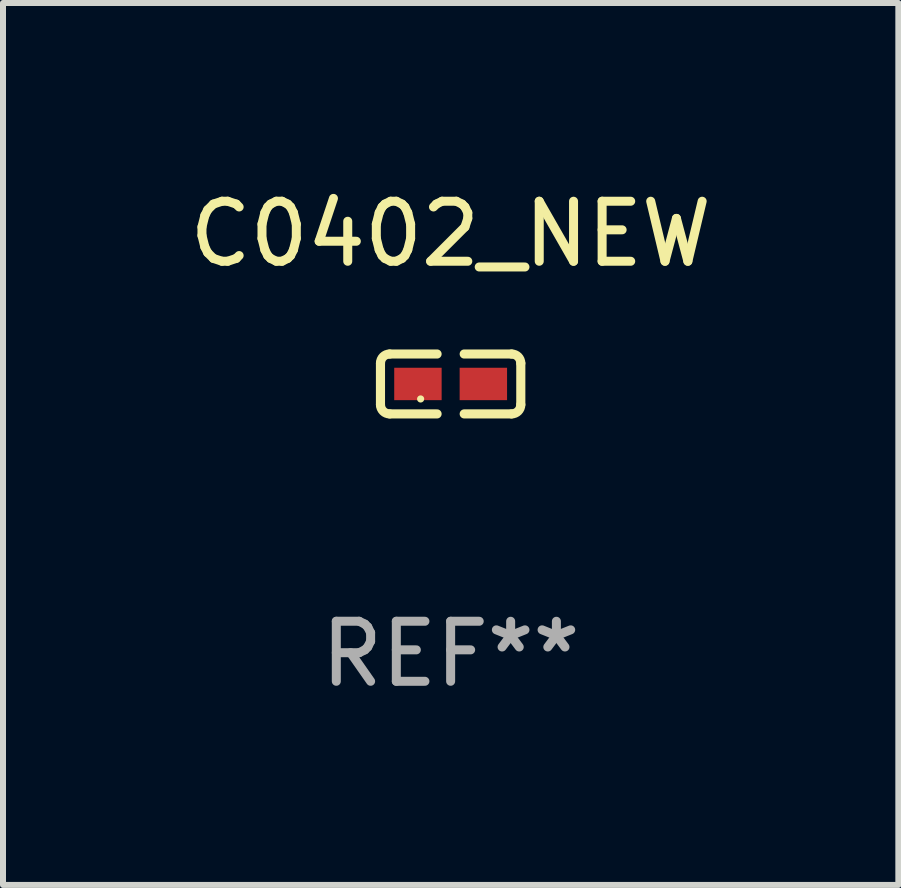
<source format=kicad_pcb>
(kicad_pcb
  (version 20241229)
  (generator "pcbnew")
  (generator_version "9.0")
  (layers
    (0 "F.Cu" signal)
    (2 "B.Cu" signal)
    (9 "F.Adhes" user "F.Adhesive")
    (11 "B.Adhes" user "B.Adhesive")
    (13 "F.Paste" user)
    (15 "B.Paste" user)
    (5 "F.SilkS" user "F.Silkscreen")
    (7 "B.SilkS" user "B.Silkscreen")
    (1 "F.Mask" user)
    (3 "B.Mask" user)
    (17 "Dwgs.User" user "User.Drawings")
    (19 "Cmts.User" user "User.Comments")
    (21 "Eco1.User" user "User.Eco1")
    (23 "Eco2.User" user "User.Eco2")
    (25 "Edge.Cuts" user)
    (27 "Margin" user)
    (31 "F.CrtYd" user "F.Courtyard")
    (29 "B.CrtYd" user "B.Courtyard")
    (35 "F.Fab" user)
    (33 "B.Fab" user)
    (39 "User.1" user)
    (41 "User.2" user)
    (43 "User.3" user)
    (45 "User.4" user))
  (footprint "C0402_NEW"
    (layer "F.Cu")
    (at 4.458 3.347)
    (property "Reference" "C0402_NEW" (at 0 -2.499 0) (layer "F.SilkS") (effects (font (size 1 1) (thickness 0.15))))
    (attr through_hole)
    (fp_line (start -1.169 0.346) (end -1.169 -0.346) (stroke (width 0.152) (type solid)) (layer "F.SilkS"))
    (fp_line (start -1.016 -0.499) (end -0.226 -0.499) (stroke (width 0.152) (type solid)) (layer "F.SilkS"))
    (fp_line (start -0.226 0.499) (end -1.016 0.499) (stroke (width 0.152) (type solid)) (layer "F.SilkS"))
    (fp_line (start 0.226 0.499) (end 1.016 0.499) (stroke (width 0.152) (type solid)) (layer "F.SilkS"))
    (fp_line (start 1.016 -0.499) (end 0.226 -0.499) (stroke (width 0.152) (type solid)) (layer "F.SilkS"))
    (fp_line (start 1.169 0.346) (end 1.169 -0.346) (stroke (width 0.152) (type solid)) (layer "F.SilkS"))
    (fp_arc (start -1.168707 -0.346203) (mid -1.12407 -0.453966) (end -1.016307 -0.498603) (stroke (width 0.1524) (type solid)) (layer "F.SilkS"))
    (fp_arc (start -1.016307 0.498603) (mid -1.12407 0.453966) (end -1.168707 0.346203) (stroke (width 0.1524) (type solid)) (layer "F.SilkS"))
    (fp_arc (start 1.016307 -0.498603) (mid 1.12407 -0.453966) (end 1.168707 -0.346203) (stroke (width 0.1524) (type solid)) (layer "F.SilkS"))
    (fp_arc (start 1.168707 0.346203) (mid 1.12407 0.453966) (end 1.016307 0.498603) (stroke (width 0.1524) (type solid)) (layer "F.SilkS"))
    (fp_circle (center -0.5 0.25) (end -0.47 0.25) (stroke (width 0.06) (type solid)) (fill no) (layer "F.SilkS"))
    (fp_text user "REF**" (at 0 4.499 0) (layer "F.Fab") (effects (font (size 1 1) (thickness 0.15))))
    (pad "1" smd rect (at -0.545 0) (size 0.79 0.54) (layers "F.Cu" "F.Mask" "F.Paste"))
    (pad "2" smd rect (at 0.545 0) (size 0.79 0.54) (layers "F.Cu" "F.Mask" "F.Paste")))
  (gr_rect
    (start -3 -3)
    (end 11.917 11.694)
    (stroke (width 0.1) (type default))
    (fill no)
    (layer "Edge.Cuts")))
</source>
